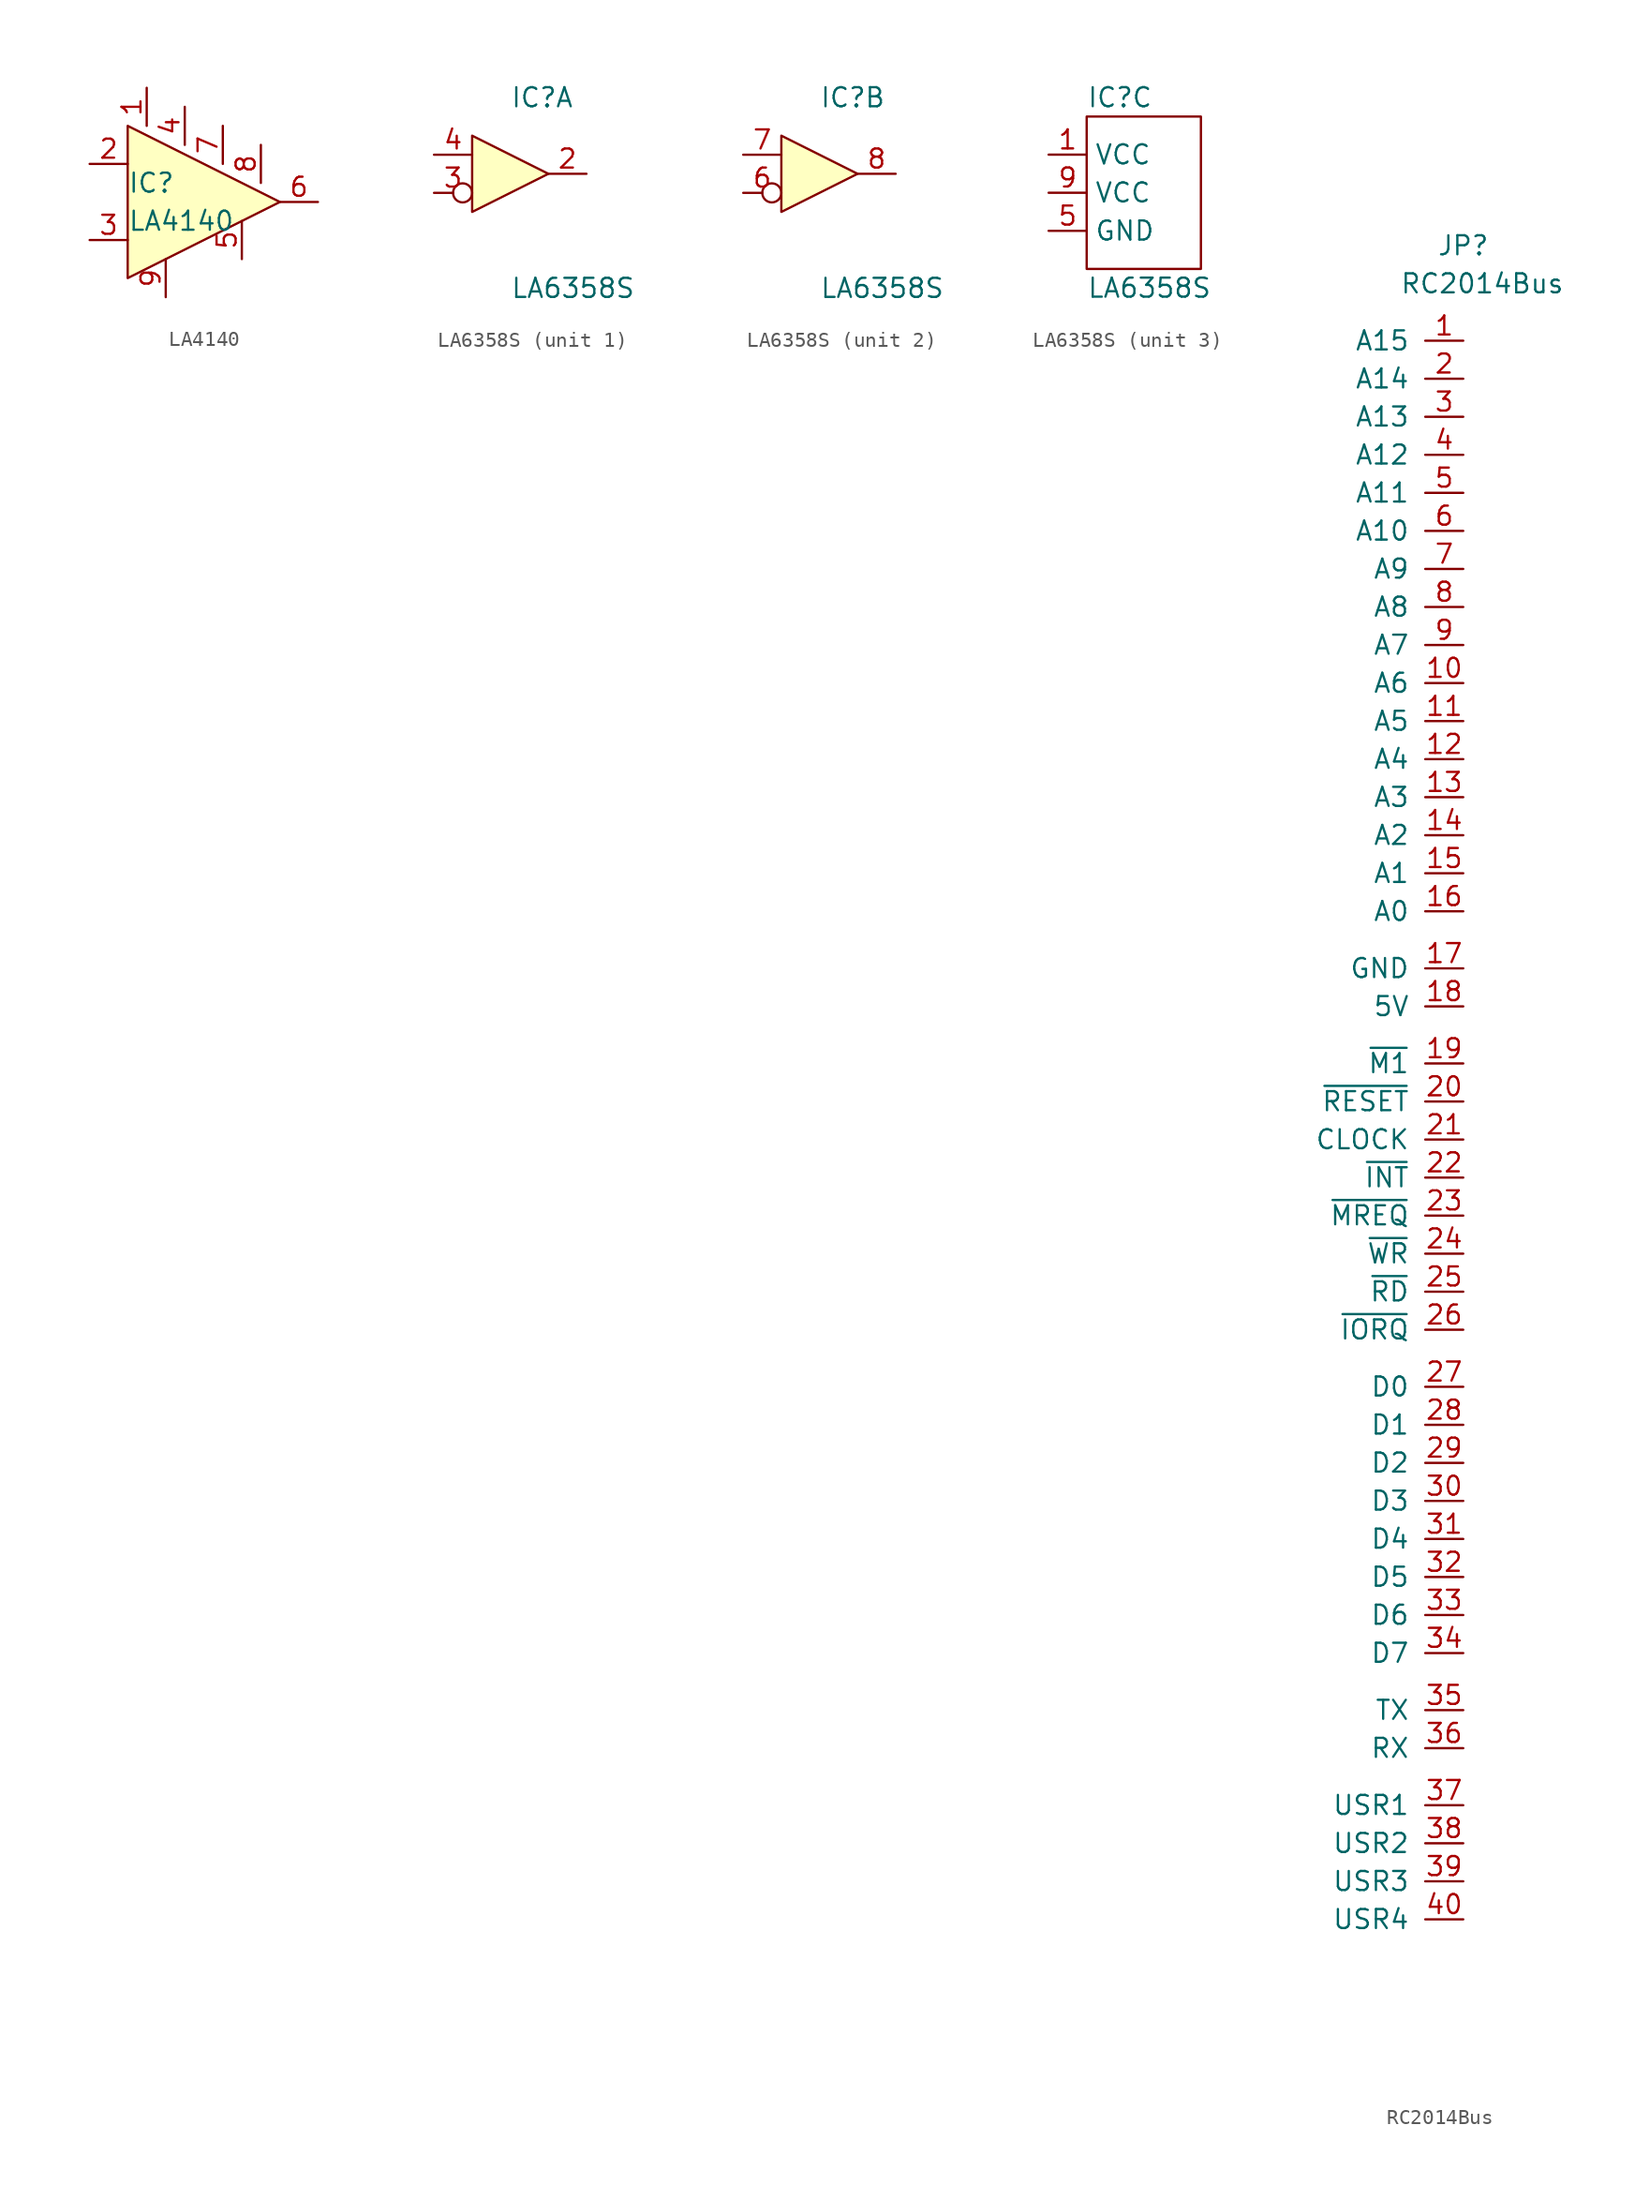
<source format=kicad_sym>
(kicad_symbol_lib
  (version 20211014)
  (generator kicad_symbol_editor)
  (symbol "LA4140"
    (pin_names hide)
    (property "Reference" "IC"
      (at -7.62 1.27 0)
      (effects (font (size 1.27 1.27)) (justify left)))
    (property "Value" "LA4140"
      (at -7.62 -1.27 0)
      (effects (font (size 1.27 1.27)) (justify left)))
    (symbol "LA4140_0_1"
      (polyline (pts (xy -7.62 5.08) (xy -7.62 -5.08) (xy 2.54 0) (xy -7.62 5.08)) (stroke (width 0.152) (type default) (color 0 0 0 0)) (fill (type background))))
    (symbol "LA4140_1_1"
      (pin passive line (at -6.35 7.62 270) (length 2.54) (name "" (effects (font (size 1.27 1.27)))) (number "1" (effects (font (size 1.27 1.27)))))
      (pin passive line (at -10.16 2.54 0) (length 2.54) (name "" (effects (font (size 1.27 1.27)))) (number "2" (effects (font (size 1.27 1.27)))))
      (pin passive line (at -10.16 -2.54 0) (length 2.54) (name "" (effects (font (size 1.27 1.27)))) (number "3" (effects (font (size 1.27 1.27)))))
      (pin passive line (at -3.81 6.35 270) (length 2.54) (name "" (effects (font (size 1.27 1.27)))) (number "4" (effects (font (size 1.27 1.27)))))
      (pin passive line (at 0 -3.81 90) (length 2.54) (name "" (effects (font (size 1.27 1.27)))) (number "5" (effects (font (size 1.27 1.27)))))
      (pin passive line (at 5.08 0 180) (length 2.54) (name "" (effects (font (size 1.27 1.27)))) (number "6" (effects (font (size 1.27 1.27)))))
      (pin passive line (at -1.27 5.08 270) (length 2.54) (name "" (effects (font (size 1.27 1.27)))) (number "7" (effects (font (size 1.27 1.27)))))
      (pin passive line (at 1.27 3.81 270) (length 2.54) (name "" (effects (font (size 1.27 1.27)))) (number "8" (effects (font (size 1.27 1.27)))))
      (pin passive line (at -5.08 -6.35 90) (length 2.54) (name "" (effects (font (size 1.27 1.27)))) (number "9" (effects (font (size 1.27 1.27)))))))
  (symbol "LA6358S"
    (property "Reference" "IC"
      (at 0 5.08 0)
      (effects (font (size 1.27 1.27)) (justify left)))
    (property "Value" "LA6358S"
      (at 0 -7.62 0)
      (effects (font (size 1.27 1.27)) (justify left)))
    (property "ki_locked" ""
      (at 0 0 0)
      (effects (font (size 1.27 1.27))))
    (symbol "LA6358S_1_1"
      (polyline (pts (xy -2.54 2.54) (xy -2.54 -2.54) (xy 2.54 0) (xy -2.54 2.54)) (stroke (width 0.152) (type default) (color 0 0 0 0)) (fill (type background)))
      (pin output line (at 5.08 0 180) (length 2.54) (name "" (effects (font (size 1.27 1.27)))) (number "2" (effects (font (size 1.27 1.27)))))
      (pin input inverted (at -5.08 -1.27 0) (length 2.54) (name "" (effects (font (size 1.27 1.27)))) (number "3" (effects (font (size 1.27 1.27)))))
      (pin input line (at -5.08 1.27 0) (length 2.54) (name "" (effects (font (size 1.27 1.27)))) (number "4" (effects (font (size 1.27 1.27))))))
    (symbol "LA6358S_2_1"
      (polyline (pts (xy -2.54 2.54) (xy -2.54 -2.54) (xy 2.54 0) (xy -2.54 2.54)) (stroke (width 0.152) (type default) (color 0 0 0 0)) (fill (type background)))
      (pin input inverted (at -5.08 -1.27 0) (length 2.54) (name "" (effects (font (size 1.27 1.27)))) (number "6" (effects (font (size 1.27 1.27)))))
      (pin input line (at -5.08 1.27 0) (length 2.54) (name "" (effects (font (size 1.27 1.27)))) (number "7" (effects (font (size 1.27 1.27)))))
      (pin output line (at 5.08 0 180) (length 2.54) (name "" (effects (font (size 1.27 1.27)))) (number "8" (effects (font (size 1.27 1.27))))))
    (symbol "LA6358S_3_1"
      (rectangle (start 0 3.81) (end 7.62 -6.35) (stroke (width 0.152) (type default) (color 0 0 0 0)) (fill (type none)))
      (pin power_in line (at -2.54 1.27 0) (length 2.54) (name "VCC" (effects (font (size 1.27 1.27)))) (number "1" (effects (font (size 1.27 1.27)))))
      (pin passive line (at -2.54 -3.81 0) (length 2.54) (name "GND" (effects (font (size 1.27 1.27)))) (number "5" (effects (font (size 1.27 1.27)))))
      (pin power_in line (at -2.54 -1.27 0) (length 2.54) (name "VCC" (effects (font (size 1.27 1.27)))) (number "9" (effects (font (size 1.27 1.27)))))))
  (symbol "RC2014Bus"
    (pin_names
      (offset 1.016))
    (property "Reference" "JP"
      (at 0 59.69 0)
      (effects (font (size 1.27 1.27))))
    (property "Value" "RC2014Bus"
      (at 1.27 57.15 0)
      (effects (font (size 1.27 1.27))))
    (symbol "RC2014Bus_0_0"
      (pin output line (at 0 53.34 180) (length 2.54) (name "A15" (effects (font (size 1.27 1.27)))) (number "1" (effects (font (size 1.27 1.27)))))
      (pin output line (at 0 30.48 180) (length 2.54) (name "A6" (effects (font (size 1.27 1.27)))) (number "10" (effects (font (size 1.27 1.27)))))
      (pin output line (at 0 27.94 180) (length 2.54) (name "A5" (effects (font (size 1.27 1.27)))) (number "11" (effects (font (size 1.27 1.27)))))
      (pin output line (at 0 25.4 180) (length 2.54) (name "A4" (effects (font (size 1.27 1.27)))) (number "12" (effects (font (size 1.27 1.27)))))
      (pin output line (at 0 22.86 180) (length 2.54) (name "A3" (effects (font (size 1.27 1.27)))) (number "13" (effects (font (size 1.27 1.27)))))
      (pin output line (at 0 20.32 180) (length 2.54) (name "A2" (effects (font (size 1.27 1.27)))) (number "14" (effects (font (size 1.27 1.27)))))
      (pin output line (at 0 17.78 180) (length 2.54) (name "A1" (effects (font (size 1.27 1.27)))) (number "15" (effects (font (size 1.27 1.27)))))
      (pin output line (at 0 15.24 180) (length 2.54) (name "A0" (effects (font (size 1.27 1.27)))) (number "16" (effects (font (size 1.27 1.27)))))
      (pin power_out line (at 0 11.43 180) (length 2.54) (name "GND" (effects (font (size 1.27 1.27)))) (number "17" (effects (font (size 1.27 1.27)))))
      (pin power_out line (at 0 8.89 180) (length 2.54) (name "5V" (effects (font (size 1.27 1.27)))) (number "18" (effects (font (size 1.27 1.27)))))
      (pin output line (at 0 5.08 180) (length 2.54) (name "~{M1}" (effects (font (size 1.27 1.27)))) (number "19" (effects (font (size 1.27 1.27)))))
      (pin output line (at 0 50.8 180) (length 2.54) (name "A14" (effects (font (size 1.27 1.27)))) (number "2" (effects (font (size 1.27 1.27)))))
      (pin output line (at 0 2.54 180) (length 2.54) (name "~{RESET}" (effects (font (size 1.27 1.27)))) (number "20" (effects (font (size 1.27 1.27)))))
      (pin output line (at 0 0 180) (length 2.54) (name "CLOCK" (effects (font (size 1.27 1.27)))) (number "21" (effects (font (size 1.27 1.27)))))
      (pin open_collector line (at 0 -2.54 180) (length 2.54) (name "~{INT}" (effects (font (size 1.27 1.27)))) (number "22" (effects (font (size 1.27 1.27)))))
      (pin output line (at 0 -5.08 180) (length 2.54) (name "~{MREQ}" (effects (font (size 1.27 1.27)))) (number "23" (effects (font (size 1.27 1.27)))))
      (pin output line (at 0 -7.62 180) (length 2.54) (name "~{WR}" (effects (font (size 1.27 1.27)))) (number "24" (effects (font (size 1.27 1.27)))))
      (pin output line (at 0 -10.16 180) (length 2.54) (name "~{RD}" (effects (font (size 1.27 1.27)))) (number "25" (effects (font (size 1.27 1.27)))))
      (pin output line (at 0 -12.7 180) (length 2.54) (name "~{IORQ}" (effects (font (size 1.27 1.27)))) (number "26" (effects (font (size 1.27 1.27)))))
      (pin tri_state line (at 0 -16.51 180) (length 2.54) (name "D0" (effects (font (size 1.27 1.27)))) (number "27" (effects (font (size 1.27 1.27)))))
      (pin tri_state line (at 0 -19.05 180) (length 2.54) (name "D1" (effects (font (size 1.27 1.27)))) (number "28" (effects (font (size 1.27 1.27)))))
      (pin tri_state line (at 0 -21.59 180) (length 2.54) (name "D2" (effects (font (size 1.27 1.27)))) (number "29" (effects (font (size 1.27 1.27)))))
      (pin output line (at 0 48.26 180) (length 2.54) (name "A13" (effects (font (size 1.27 1.27)))) (number "3" (effects (font (size 1.27 1.27)))))
      (pin tri_state line (at 0 -24.13 180) (length 2.54) (name "D3" (effects (font (size 1.27 1.27)))) (number "30" (effects (font (size 1.27 1.27)))))
      (pin tri_state line (at 0 -26.67 180) (length 2.54) (name "D4" (effects (font (size 1.27 1.27)))) (number "31" (effects (font (size 1.27 1.27)))))
      (pin tri_state line (at 0 -29.21 180) (length 2.54) (name "D5" (effects (font (size 1.27 1.27)))) (number "32" (effects (font (size 1.27 1.27)))))
      (pin tri_state line (at 0 -31.75 180) (length 2.54) (name "D6" (effects (font (size 1.27 1.27)))) (number "33" (effects (font (size 1.27 1.27)))))
      (pin tri_state line (at 0 -34.29 180) (length 2.54) (name "D7" (effects (font (size 1.27 1.27)))) (number "34" (effects (font (size 1.27 1.27)))))
      (pin unspecified line (at 0 -38.1 180) (length 2.54) (name "TX" (effects (font (size 1.27 1.27)))) (number "35" (effects (font (size 1.27 1.27)))))
      (pin unspecified line (at 0 -40.64 180) (length 2.54) (name "RX" (effects (font (size 1.27 1.27)))) (number "36" (effects (font (size 1.27 1.27)))))
      (pin unspecified line (at 0 -44.45 180) (length 2.54) (name "USR1" (effects (font (size 1.27 1.27)))) (number "37" (effects (font (size 1.27 1.27)))))
      (pin unspecified line (at 0 -46.99 180) (length 2.54) (name "USR2" (effects (font (size 1.27 1.27)))) (number "38" (effects (font (size 1.27 1.27)))))
      (pin unspecified line (at 0 -49.53 180) (length 2.54) (name "USR3" (effects (font (size 1.27 1.27)))) (number "39" (effects (font (size 1.27 1.27)))))
      (pin output line (at 0 45.72 180) (length 2.54) (name "A12" (effects (font (size 1.27 1.27)))) (number "4" (effects (font (size 1.27 1.27)))))
      (pin unspecified line (at 0 -52.07 180) (length 2.54) (name "USR4" (effects (font (size 1.27 1.27)))) (number "40" (effects (font (size 1.27 1.27)))))
      (pin output line (at 0 43.18 180) (length 2.54) (name "A11" (effects (font (size 1.27 1.27)))) (number "5" (effects (font (size 1.27 1.27)))))
      (pin output line (at 0 40.64 180) (length 2.54) (name "A10" (effects (font (size 1.27 1.27)))) (number "6" (effects (font (size 1.27 1.27)))))
      (pin output line (at 0 38.1 180) (length 2.54) (name "A9" (effects (font (size 1.27 1.27)))) (number "7" (effects (font (size 1.27 1.27)))))
      (pin output line (at 0 35.56 180) (length 2.54) (name "A8" (effects (font (size 1.27 1.27)))) (number "8" (effects (font (size 1.27 1.27)))))
      (pin output line (at 0 33.02 180) (length 2.54) (name "A7" (effects (font (size 1.27 1.27)))) (number "9" (effects (font (size 1.27 1.27))))))))
</source>
